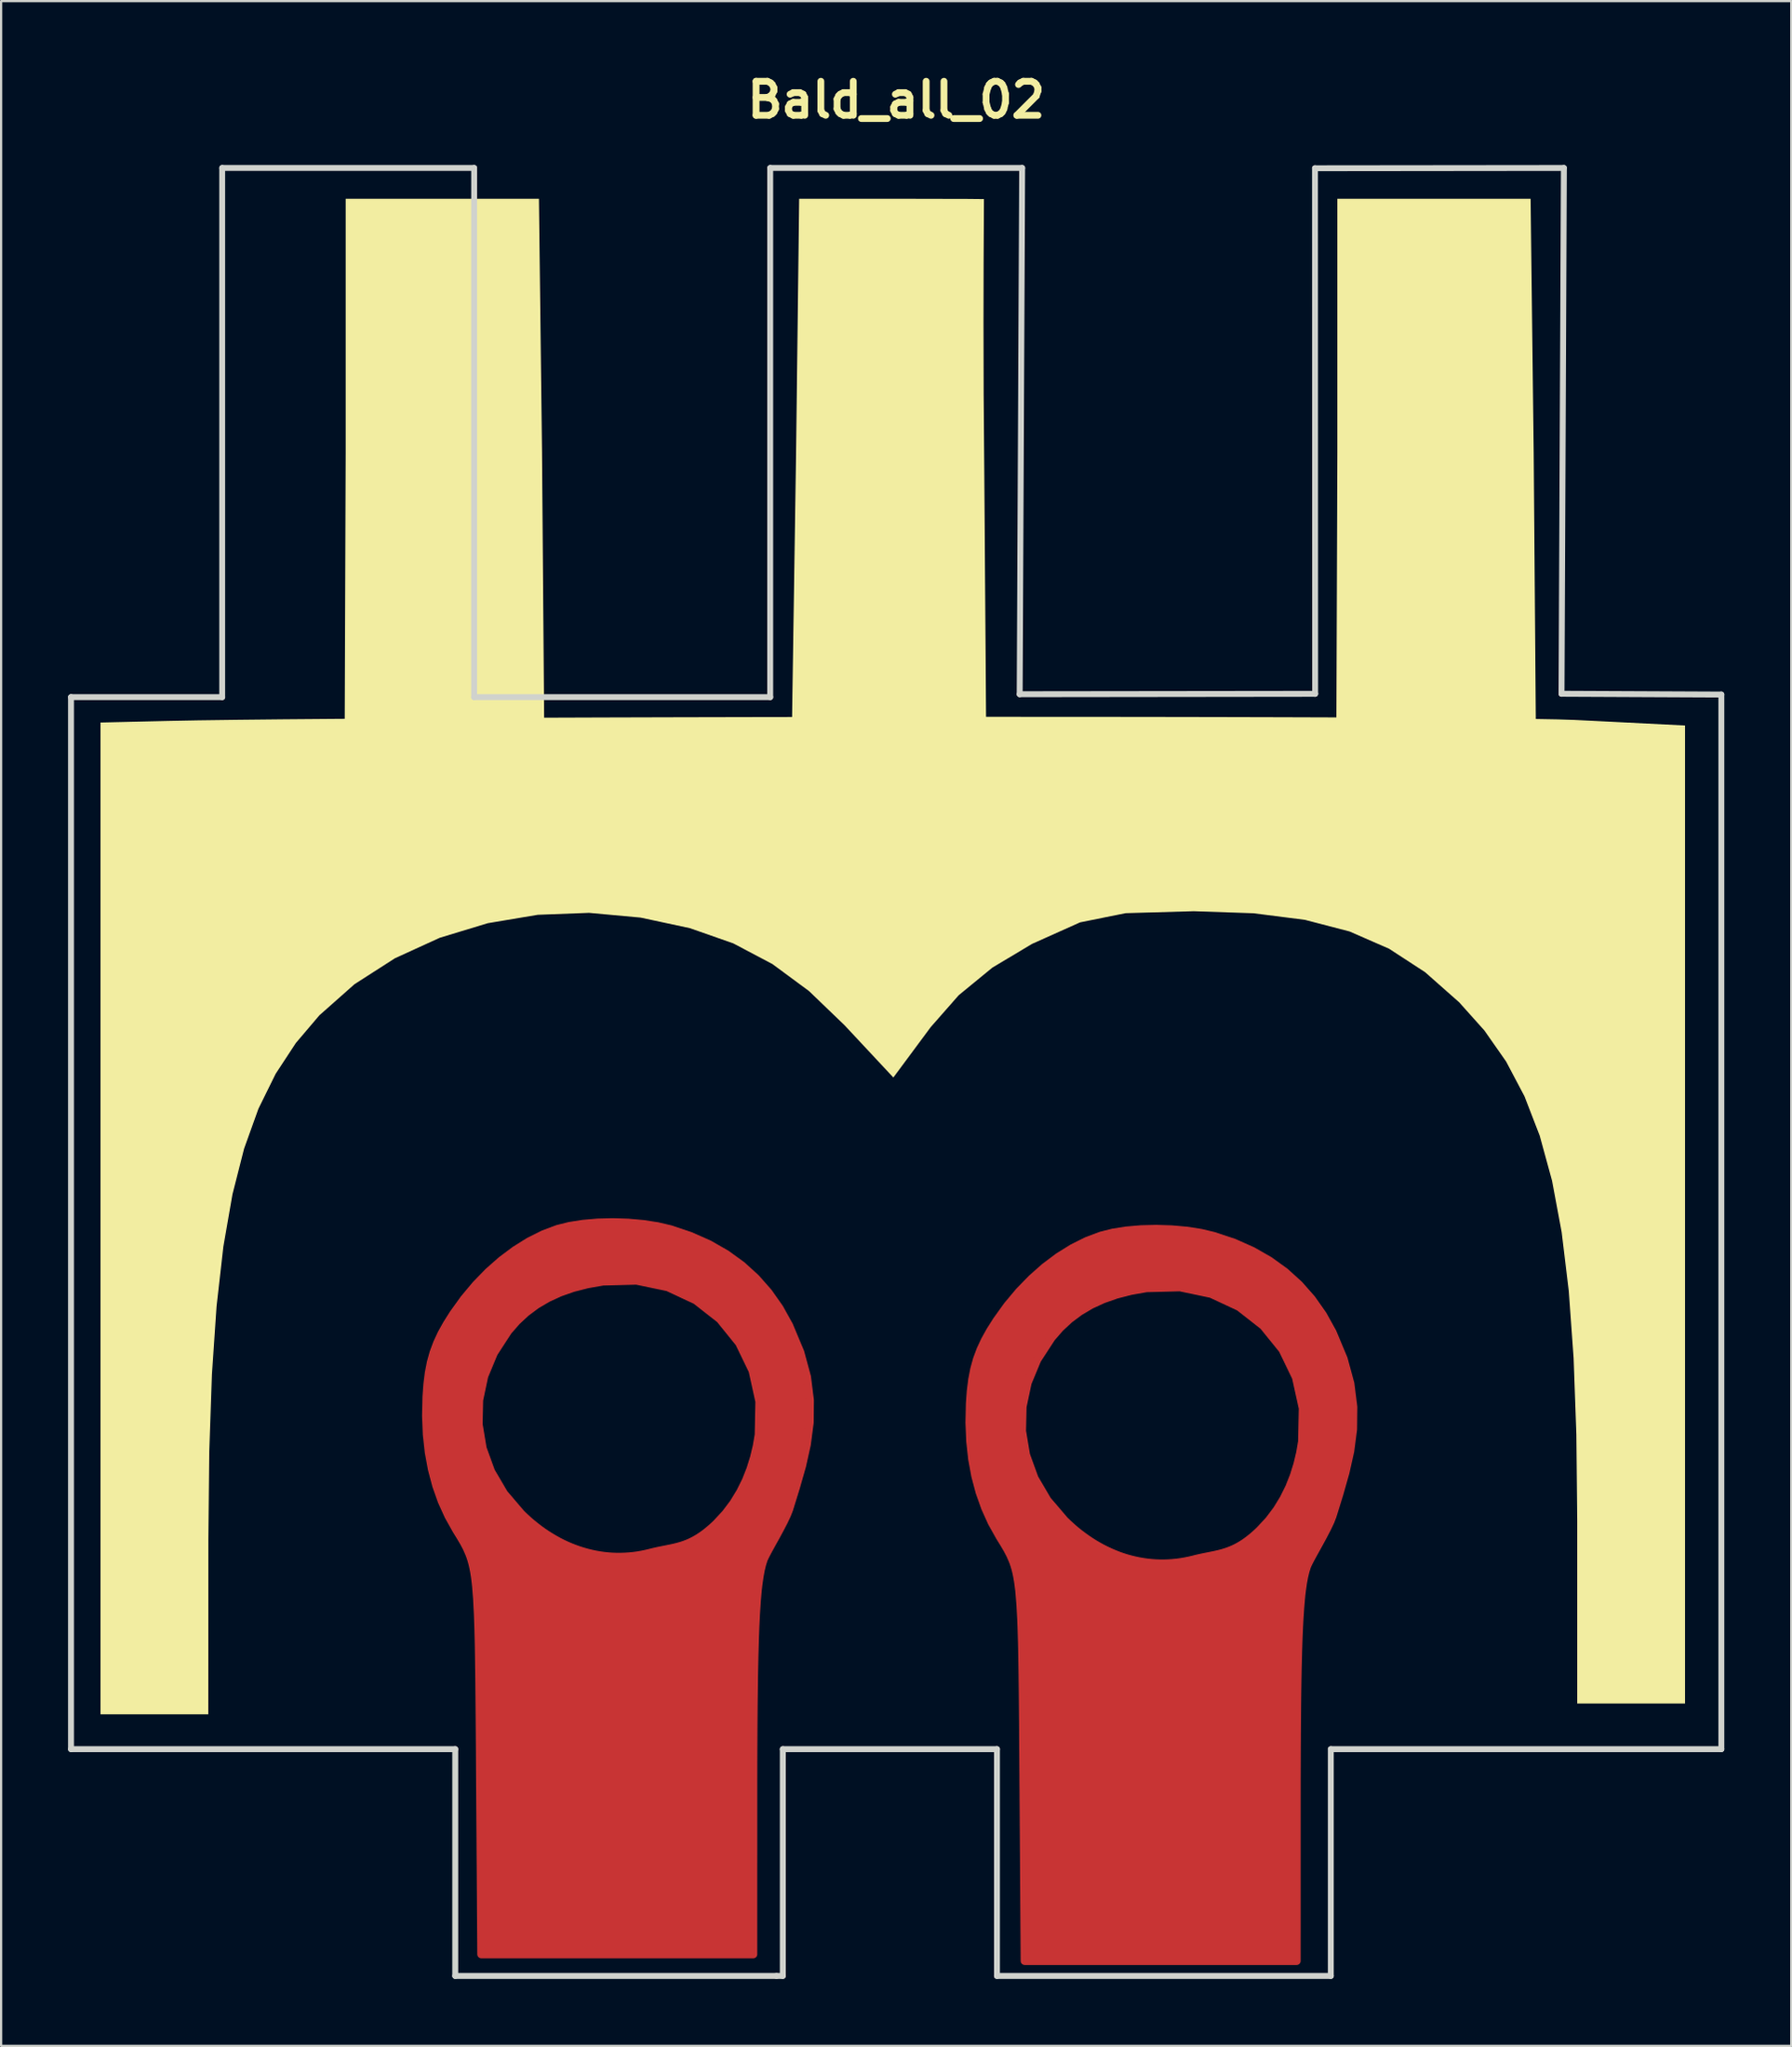
<source format=kicad_pcb>
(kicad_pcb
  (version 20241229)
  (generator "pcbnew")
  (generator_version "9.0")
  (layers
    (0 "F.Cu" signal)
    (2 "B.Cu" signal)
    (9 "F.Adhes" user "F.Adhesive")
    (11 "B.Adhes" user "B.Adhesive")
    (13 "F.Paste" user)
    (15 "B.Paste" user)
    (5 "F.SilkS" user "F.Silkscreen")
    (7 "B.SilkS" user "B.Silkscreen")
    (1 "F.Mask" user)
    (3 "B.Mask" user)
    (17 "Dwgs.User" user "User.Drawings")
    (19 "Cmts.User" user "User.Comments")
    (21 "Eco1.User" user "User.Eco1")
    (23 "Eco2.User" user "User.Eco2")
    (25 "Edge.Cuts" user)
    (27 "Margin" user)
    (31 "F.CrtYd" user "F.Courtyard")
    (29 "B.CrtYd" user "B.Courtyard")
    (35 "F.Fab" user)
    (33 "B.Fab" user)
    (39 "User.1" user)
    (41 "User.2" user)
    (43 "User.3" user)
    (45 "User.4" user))
  (footprint "Bald_all_02"
    (layer "F.Cu")
    (at 37.103 44.973)
    (property "Reference" "Bald_all_02" (at 0 -43.547 0) (layer "F.SilkS") (effects (font (size 1.524 1.524) (thickness 0.305))))
    (attr smd)
    (fp_poly (pts (xy -18.643 31.317) (xy -10.909 21.517) (xy -10.811 21.494) (xy -10.715 21.472) (xy -10.621 21.452) (xy -10.528 21.433) (xy -10.437 21.415) (xy -10.347 21.397) (xy -10.258 21.379) (xy -10.17 21.361) (xy -10.083 21.343) (xy -9.996 21.324) (xy -9.91 21.304) (xy -9.825 21.283) (xy -9.739 21.26) (xy -9.654 21.236) (xy -9.568 21.209) (xy -9.482 21.179) (xy -9.396 21.147) (xy -9.309 21.112) (xy -9.222 21.073) (xy -9.133 21.03) (xy -9.043 20.984) (xy -8.953 20.933) (xy -8.86 20.878) (xy -8.767 20.817) (xy -8.671 20.752) (xy -8.574 20.681) (xy -8.475 20.604) (xy -8.374 20.521) (xy -8.27 20.432) (xy -8.164 20.336) (xy -8.055 20.233) (xy -7.641 19.787) (xy -7.285 19.314) (xy -6.983 18.819) (xy -6.731 18.31) (xy -6.526 17.793) (xy -6.365 17.274) (xy -6.243 16.761) (xy -6.157 16.259) (xy -6.126 14.769) (xy -6.431 13.383) (xy -7.033 12.139) (xy -7.893 11.075) (xy -8.972 10.23) (xy -10.232 9.641) (xy -11.634 9.347) (xy -13.138 9.386) (xy -13.831 9.508) (xy -14.474 9.673) (xy -15.069 9.881) (xy -15.618 10.134) (xy -16.123 10.432) (xy -16.585 10.776) (xy -17.006 11.167) (xy -17.39 11.607) (xy -18.029 12.59) (xy -18.461 13.629) (xy -18.688 14.703) (xy -18.711 15.788) (xy -18.532 16.862) (xy -18.153 17.903) (xy -17.574 18.889) (xy -16.799 19.797) (xy -16.641 19.948) (xy -16.481 20.093) (xy -16.319 20.232) (xy -16.155 20.365) (xy -15.988 20.493) (xy -15.819 20.614) (xy -15.649 20.729) (xy -15.476 20.837) (xy -15.302 20.94) (xy -15.126 21.037) (xy -14.949 21.127) (xy -14.77 21.211) (xy -14.589 21.289) (xy -14.407 21.36) (xy -14.224 21.426) (xy -14.04 21.484) (xy -13.855 21.537) (xy -13.669 21.583) (xy -13.482 21.623) (xy -13.294 21.656) (xy -13.105 21.683) (xy -12.916 21.703) (xy -12.726 21.717) (xy -12.536 21.724) (xy -12.345 21.724) (xy -12.155 21.718) (xy -11.964 21.706) (xy -11.773 21.687) (xy -11.581 21.661) (xy -11.39 21.628) (xy -11.2 21.588) (xy -11.009 21.542) (xy -11.009 21.542) (xy -10.909 21.517) (xy -18.643 31.317) (xy -18.646 30.889) (xy -18.648 30.474) (xy -18.651 30.073) (xy -18.654 29.684) (xy -18.657 29.309) (xy -18.66 28.946) (xy -18.663 28.595) (xy -18.666 28.256) (xy -18.669 27.928) (xy -18.672 27.613) (xy -18.675 27.308) (xy -18.678 27.014) (xy -18.682 26.731) (xy -18.686 26.459) (xy -18.69 26.197) (xy -18.694 25.944) (xy -18.698 25.702) (xy -18.703 25.469) (xy -18.709 25.244) (xy -18.714 25.029) (xy -18.72 24.823) (xy -18.727 24.625) (xy -18.734 24.435) (xy -18.741 24.253) (xy -18.775 23.599) (xy -18.819 23.051) (xy -18.832 22.928) (xy -18.845 22.811) (xy -18.859 22.7) (xy -18.874 22.592) (xy -18.89 22.49) (xy -18.906 22.392) (xy -18.924 22.298) (xy -18.942 22.207) (xy -18.961 22.121) (xy -18.981 22.037) (xy -19.002 21.957) (xy -19.024 21.879) (xy -19.047 21.804) (xy -19.071 21.732) (xy -19.096 21.661) (xy -19.122 21.592) (xy -19.237 21.329) (xy -19.371 21.074) (xy -19.527 20.811) (xy -19.704 20.523) (xy -20.057 19.893) (xy -20.358 19.229) (xy -20.605 18.532) (xy -20.798 17.802) (xy -20.939 17.039) (xy -21.027 16.243) (xy -21.061 15.414) (xy -21.042 14.553) (xy -21.001 13.991) (xy -20.937 13.483) (xy -20.846 13.015) (xy -20.724 12.575) (xy -20.566 12.15) (xy -20.37 11.728) (xy -20.13 11.297) (xy -19.844 10.843) (xy -19.357 10.166) (xy -18.831 9.537) (xy -18.272 8.961) (xy -17.685 8.443) (xy -17.075 7.987) (xy -16.45 7.597) (xy -15.814 7.279) (xy -15.174 7.038) (xy -14.641 6.904) (xy -14.037 6.808) (xy -13.383 6.752) (xy -12.7 6.734) (xy -12.01 6.756) (xy -11.334 6.816) (xy -10.694 6.915) (xy -10.111 7.052) (xy -9.215 7.353) (xy -8.384 7.722) (xy -7.62 8.159) (xy -6.923 8.663) (xy -6.292 9.236) (xy -5.728 9.876) (xy -5.231 10.583) (xy -4.801 11.359) (xy -4.301 12.553) (xy -3.999 13.665) (xy -3.868 14.713) (xy -3.879 15.714) (xy -4.006 16.686) (xy -4.22 17.647) (xy -4.495 18.613) (xy -4.802 19.602) (xy -4.896 19.842) (xy -5.037 20.14) (xy -5.21 20.473) (xy -5.397 20.818) (xy -5.444 20.903) (xy -5.491 20.987) (xy -5.537 21.07) (xy -5.582 21.151) (xy -5.625 21.23) (xy -5.667 21.307) (xy -5.708 21.381) (xy -5.746 21.452) (xy -5.782 21.519) (xy -5.815 21.582) (xy -5.846 21.641) (xy -5.874 21.696) (xy -5.898 21.745) (xy -5.918 21.789) (xy -5.935 21.828) (xy -5.948 21.861) (xy -6.012 22.067) (xy -6.07 22.308) (xy -6.122 22.59) (xy -6.169 22.919) (xy -6.181 23.009) (xy -6.191 23.102) (xy -6.202 23.199) (xy -6.212 23.299) (xy -6.249 23.736) (xy -6.281 24.235) (xy -6.289 24.37) (xy -6.296 24.51) (xy -6.303 24.653) (xy -6.31 24.802) (xy -6.316 24.955) (xy -6.322 25.112) (xy -6.328 25.275) (xy -6.334 25.442) (xy -6.339 25.614) (xy -6.344 25.791) (xy -6.349 25.973) (xy -6.354 26.16) (xy -6.358 26.353) (xy -6.362 26.551) (xy -6.366 26.754) (xy -6.37 26.963) (xy -6.374 27.177) (xy -6.377 27.397) (xy -6.38 27.623) (xy -6.383 27.854) (xy -6.386 28.092) (xy -6.389 28.335) (xy -6.391 28.585) (xy -6.393 28.841) (xy -6.395 29.103) (xy -6.397 29.371) (xy -6.398 29.646) (xy -6.399 29.927) (xy -6.401 30.215) (xy -6.402 30.509) (xy -6.403 30.81) (xy -6.404 31.118) (xy -6.404 31.433) (xy -6.405 31.755) (xy -6.405 32.084) (xy -6.405 32.421) (xy -6.405 32.865) (xy -6.405 33.309) (xy -6.405 33.753) (xy -6.405 34.197) (xy -6.405 34.642) (xy -6.405 35.086) (xy -6.406 35.53) (xy -6.406 35.974) (xy -6.406 36.418) (xy -6.406 36.863) (xy -6.406 37.307) (xy -6.406 37.751) (xy -6.406 38.195) (xy -6.406 38.639) (xy -6.406 39.084) (xy -6.406 39.528) (xy -6.787 39.528) (xy -7.167 39.528) (xy -7.548 39.528) (xy -7.929 39.528) (xy -9.451 39.528) (xy -10.974 39.528) (xy -12.496 39.528) (xy -14.019 39.528) (xy -15.542 39.528) (xy -17.064 39.528) (xy -17.445 39.528) (xy -17.825 39.528) (xy -18.206 39.528) (xy -18.587 39.528) (xy -18.59 39.015) (xy -18.594 38.501) (xy -18.597 37.988) (xy -18.601 37.475) (xy -18.604 36.962) (xy -18.608 36.449) (xy -18.611 35.936) (xy -18.615 35.423) (xy -18.619 34.909) (xy -18.622 34.396) (xy -18.626 33.883) (xy -18.629 33.37) (xy -18.633 32.857) (xy -18.636 32.344) (xy -18.637 32.215) (xy -18.638 32.087) (xy -18.639 31.959) (xy -18.64 31.83) (xy -18.64 31.702) (xy -18.641 31.574) (xy -18.642 31.446) (xy -18.643 31.317) (xy -18.643 31.317) (xy -18.643 31.317) (xy -18.643 31.317) (xy -18.643 31.317) (xy -18.643 31.317) (xy -18.643 31.317) (xy -18.643 31.317) (xy -18.643 31.317) (xy -18.643 31.317) (xy -18.643 31.317) (xy -18.643 31.317) (xy -18.643 31.317) (xy -18.643 31.317)) (stroke (width 0.365) (type solid)) (fill yes) (layer "F.Cu"))
    (fp_poly (pts (xy 5.704 31.617) (xy 13.437 21.816) (xy 13.535 21.793) (xy 13.631 21.772) (xy 13.726 21.751) (xy 13.818 21.732) (xy 13.91 21.714) (xy 14 21.696) (xy 14.088 21.679) (xy 14.176 21.661) (xy 14.264 21.643) (xy 14.35 21.624) (xy 14.436 21.604) (xy 14.522 21.583) (xy 14.607 21.56) (xy 14.693 21.535) (xy 14.778 21.508) (xy 14.864 21.479) (xy 14.95 21.446) (xy 15.037 21.411) (xy 15.125 21.372) (xy 15.213 21.33) (xy 15.303 21.283) (xy 15.394 21.232) (xy 15.486 21.177) (xy 15.58 21.117) (xy 15.675 21.051) (xy 15.772 20.98) (xy 15.872 20.903) (xy 15.973 20.821) (xy 16.076 20.731) (xy 16.183 20.635) (xy 16.291 20.532) (xy 16.705 20.086) (xy 17.061 19.613) (xy 17.364 19.118) (xy 17.615 18.609) (xy 17.82 18.092) (xy 17.982 17.574) (xy 18.104 17.06) (xy 18.189 16.559) (xy 18.22 15.069) (xy 17.915 13.683) (xy 17.314 12.438) (xy 16.454 11.375) (xy 15.374 10.529) (xy 14.114 9.94) (xy 12.713 9.646) (xy 11.208 9.685) (xy 10.515 9.808) (xy 9.872 9.972) (xy 9.277 10.181) (xy 8.728 10.433) (xy 8.224 10.731) (xy 7.762 11.075) (xy 7.34 11.467) (xy 6.957 11.907) (xy 6.318 12.889) (xy 5.886 13.928) (xy 5.659 15.002) (xy 5.636 16.087) (xy 5.815 17.161) (xy 6.194 18.203) (xy 6.772 19.188) (xy 7.548 20.096) (xy 7.705 20.247) (xy 7.865 20.392) (xy 8.027 20.532) (xy 8.192 20.665) (xy 8.359 20.792) (xy 8.527 20.913) (xy 8.698 21.028) (xy 8.87 21.137) (xy 9.044 21.239) (xy 9.22 21.336) (xy 9.398 21.426) (xy 9.577 21.51) (xy 9.757 21.588) (xy 9.939 21.66) (xy 10.122 21.725) (xy 10.306 21.784) (xy 10.491 21.836) (xy 10.678 21.882) (xy 10.865 21.922) (xy 11.053 21.955) (xy 11.241 21.982) (xy 11.43 22.002) (xy 11.62 22.016) (xy 11.81 22.023) (xy 12.001 22.024) (xy 12.192 22.018) (xy 12.383 22.005) (xy 12.574 21.986) (xy 12.765 21.96) (xy 12.956 21.927) (xy 13.147 21.888) (xy 13.338 21.842) (xy 13.337 21.842) (xy 13.437 21.816) (xy 5.704 31.617) (xy 5.701 31.188) (xy 5.698 30.774) (xy 5.695 30.372) (xy 5.692 29.984) (xy 5.689 29.608) (xy 5.687 29.245) (xy 5.684 28.894) (xy 5.681 28.555) (xy 5.678 28.228) (xy 5.675 27.912) (xy 5.672 27.607) (xy 5.668 27.314) (xy 5.665 27.031) (xy 5.661 26.758) (xy 5.657 26.496) (xy 5.653 26.244) (xy 5.648 26.001) (xy 5.643 25.768) (xy 5.638 25.544) (xy 5.632 25.329) (xy 5.626 25.122) (xy 5.62 24.924) (xy 5.613 24.734) (xy 5.606 24.552) (xy 5.571 23.898) (xy 5.527 23.35) (xy 5.515 23.228) (xy 5.501 23.111) (xy 5.487 22.999) (xy 5.472 22.892) (xy 5.457 22.789) (xy 5.44 22.691) (xy 5.423 22.597) (xy 5.405 22.507) (xy 5.386 22.42) (xy 5.366 22.337) (xy 5.345 22.256) (xy 5.323 22.179) (xy 5.3 22.104) (xy 5.276 22.031) (xy 5.251 21.96) (xy 5.225 21.891) (xy 5.109 21.628) (xy 4.975 21.373) (xy 4.82 21.11) (xy 4.642 20.822) (xy 4.289 20.192) (xy 3.989 19.528) (xy 3.742 18.831) (xy 3.548 18.101) (xy 3.407 17.338) (xy 3.32 16.542) (xy 3.286 15.714) (xy 3.305 14.852) (xy 3.346 14.29) (xy 3.41 13.782) (xy 3.501 13.314) (xy 3.623 12.874) (xy 3.78 12.449) (xy 3.976 12.027) (xy 4.216 11.596) (xy 4.503 11.142) (xy 4.989 10.465) (xy 5.515 9.837) (xy 6.075 9.261) (xy 6.662 8.742) (xy 7.271 8.286) (xy 7.896 7.897) (xy 8.532 7.579) (xy 9.173 7.337) (xy 9.705 7.203) (xy 10.309 7.108) (xy 10.964 7.051) (xy 11.647 7.034) (xy 12.337 7.055) (xy 13.013 7.115) (xy 13.653 7.214) (xy 14.235 7.352) (xy 15.132 7.652) (xy 15.962 8.021) (xy 16.726 8.458) (xy 17.424 8.963) (xy 18.055 9.535) (xy 18.618 10.175) (xy 19.115 10.883) (xy 19.545 11.658) (xy 20.045 12.852) (xy 20.347 13.964) (xy 20.479 15.012) (xy 20.468 16.014) (xy 20.341 16.986) (xy 20.126 17.946) (xy 19.852 18.912) (xy 19.544 19.901) (xy 19.451 20.142) (xy 19.309 20.44) (xy 19.136 20.772) (xy 18.949 21.117) (xy 18.902 21.202) (xy 18.856 21.287) (xy 18.81 21.37) (xy 18.765 21.451) (xy 18.721 21.53) (xy 18.679 21.606) (xy 18.639 21.68) (xy 18.6 21.751) (xy 18.564 21.818) (xy 18.531 21.881) (xy 18.5 21.941) (xy 18.473 21.995) (xy 18.449 22.045) (xy 18.428 22.089) (xy 18.411 22.127) (xy 18.399 22.16) (xy 18.335 22.366) (xy 18.277 22.607) (xy 18.224 22.89) (xy 18.177 23.218) (xy 18.166 23.308) (xy 18.155 23.401) (xy 18.145 23.498) (xy 18.135 23.598) (xy 18.098 24.035) (xy 18.065 24.534) (xy 18.058 24.669) (xy 18.05 24.809) (xy 18.043 24.953) (xy 18.037 25.101) (xy 18.03 25.254) (xy 18.024 25.412) (xy 18.018 25.574) (xy 18.013 25.741) (xy 18.007 25.913) (xy 18.002 26.09) (xy 17.997 26.273) (xy 17.993 26.46) (xy 17.988 26.652) (xy 17.984 26.85) (xy 17.98 27.053) (xy 17.976 27.262) (xy 17.973 27.477) (xy 17.969 27.696) (xy 17.966 27.922) (xy 17.963 28.154) (xy 17.96 28.391) (xy 17.958 28.635) (xy 17.956 28.884) (xy 17.954 29.14) (xy 17.952 29.402) (xy 17.95 29.67) (xy 17.949 29.945) (xy 17.947 30.226) (xy 17.946 30.514) (xy 17.945 30.808) (xy 17.944 31.11) (xy 17.943 31.418) (xy 17.942 31.733) (xy 17.942 32.055) (xy 17.941 32.384) (xy 17.941 32.72) (xy 17.941 33.164) (xy 17.941 33.608) (xy 17.941 34.053) (xy 17.941 34.497) (xy 17.941 34.941) (xy 17.941 35.385) (xy 17.941 35.829) (xy 17.941 36.274) (xy 17.941 36.718) (xy 17.941 37.162) (xy 17.941 37.606) (xy 17.941 38.05) (xy 17.941 38.495) (xy 17.94 38.939) (xy 17.94 39.383) (xy 17.94 39.827) (xy 17.56 39.827) (xy 17.179 39.827) (xy 16.798 39.827) (xy 16.418 39.827) (xy 14.895 39.827) (xy 13.373 39.827) (xy 11.85 39.827) (xy 10.327 39.827) (xy 8.805 39.827) (xy 7.282 39.827) (xy 6.902 39.827) (xy 6.521 39.827) (xy 6.14 39.827) (xy 5.76 39.827) (xy 5.756 39.314) (xy 5.753 38.801) (xy 5.749 38.288) (xy 5.746 37.774) (xy 5.742 37.261) (xy 5.739 36.748) (xy 5.735 36.235) (xy 5.731 35.722) (xy 5.728 35.209) (xy 5.724 34.696) (xy 5.721 34.182) (xy 5.717 33.669) (xy 5.714 33.156) (xy 5.71 32.643) (xy 5.709 32.515) (xy 5.709 32.386) (xy 5.708 32.258) (xy 5.707 32.13) (xy 5.706 32.001) (xy 5.705 31.873) (xy 5.704 31.745) (xy 5.704 31.617) (xy 5.704 31.617) (xy 5.704 31.617) (xy 5.704 31.617) (xy 5.704 31.617) (xy 5.704 31.617) (xy 5.704 31.617) (xy 5.704 31.617) (xy 5.704 31.617) (xy 5.704 31.617) (xy 5.704 31.617) (xy 5.704 31.617) (xy 5.704 31.617) (xy 5.704 31.617)) (stroke (width 0.365) (type solid)) (fill yes) (layer "F.Cu"))
    (fp_poly (pts (xy -18.643 31.317) (xy -10.909 21.517) (xy -10.811 21.494) (xy -10.715 21.472) (xy -10.621 21.452) (xy -10.528 21.433) (xy -10.437 21.415) (xy -10.347 21.397) (xy -10.258 21.379) (xy -10.17 21.361) (xy -10.083 21.343) (xy -9.996 21.324) (xy -9.91 21.304) (xy -9.825 21.283) (xy -9.739 21.26) (xy -9.654 21.236) (xy -9.568 21.209) (xy -9.482 21.179) (xy -9.396 21.147) (xy -9.309 21.112) (xy -9.222 21.073) (xy -9.133 21.03) (xy -9.043 20.984) (xy -8.953 20.933) (xy -8.86 20.878) (xy -8.767 20.817) (xy -8.671 20.752) (xy -8.574 20.681) (xy -8.475 20.604) (xy -8.374 20.521) (xy -8.27 20.432) (xy -8.164 20.336) (xy -8.055 20.233) (xy -7.641 19.787) (xy -7.285 19.314) (xy -6.983 18.819) (xy -6.731 18.31) (xy -6.526 17.793) (xy -6.365 17.274) (xy -6.243 16.761) (xy -6.157 16.259) (xy -6.126 14.769) (xy -6.431 13.383) (xy -7.033 12.139) (xy -7.893 11.075) (xy -8.972 10.23) (xy -10.232 9.641) (xy -11.634 9.347) (xy -13.138 9.386) (xy -13.831 9.508) (xy -14.474 9.673) (xy -15.069 9.881) (xy -15.618 10.134) (xy -16.123 10.432) (xy -16.585 10.776) (xy -17.006 11.167) (xy -17.39 11.607) (xy -18.029 12.59) (xy -18.461 13.629) (xy -18.688 14.703) (xy -18.711 15.788) (xy -18.532 16.862) (xy -18.153 17.903) (xy -17.574 18.889) (xy -16.799 19.797) (xy -16.641 19.948) (xy -16.481 20.093) (xy -16.319 20.232) (xy -16.155 20.365) (xy -15.988 20.493) (xy -15.819 20.614) (xy -15.649 20.729) (xy -15.476 20.837) (xy -15.302 20.94) (xy -15.126 21.037) (xy -14.949 21.127) (xy -14.77 21.211) (xy -14.589 21.289) (xy -14.407 21.36) (xy -14.224 21.426) (xy -14.04 21.484) (xy -13.855 21.537) (xy -13.669 21.583) (xy -13.482 21.623) (xy -13.294 21.656) (xy -13.105 21.683) (xy -12.916 21.703) (xy -12.726 21.717) (xy -12.536 21.724) (xy -12.345 21.724) (xy -12.155 21.718) (xy -11.964 21.706) (xy -11.773 21.687) (xy -11.581 21.661) (xy -11.39 21.628) (xy -11.2 21.588) (xy -11.009 21.542) (xy -11.009 21.542) (xy -10.909 21.517) (xy -18.643 31.317) (xy -18.646 30.889) (xy -18.648 30.474) (xy -18.651 30.073) (xy -18.654 29.684) (xy -18.657 29.309) (xy -18.66 28.946) (xy -18.663 28.595) (xy -18.666 28.256) (xy -18.669 27.928) (xy -18.672 27.613) (xy -18.675 27.308) (xy -18.678 27.014) (xy -18.682 26.731) (xy -18.686 26.459) (xy -18.69 26.197) (xy -18.694 25.944) (xy -18.698 25.702) (xy -18.703 25.469) (xy -18.709 25.244) (xy -18.714 25.029) (xy -18.72 24.823) (xy -18.727 24.625) (xy -18.734 24.435) (xy -18.741 24.253) (xy -18.775 23.599) (xy -18.819 23.051) (xy -18.832 22.928) (xy -18.845 22.811) (xy -18.859 22.7) (xy -18.874 22.592) (xy -18.89 22.49) (xy -18.906 22.392) (xy -18.924 22.298) (xy -18.942 22.207) (xy -18.961 22.121) (xy -18.981 22.037) (xy -19.002 21.957) (xy -19.024 21.879) (xy -19.047 21.804) (xy -19.071 21.732) (xy -19.096 21.661) (xy -19.122 21.592) (xy -19.237 21.329) (xy -19.371 21.074) (xy -19.527 20.811) (xy -19.704 20.523) (xy -20.057 19.893) (xy -20.358 19.229) (xy -20.605 18.532) (xy -20.798 17.802) (xy -20.939 17.039) (xy -21.027 16.243) (xy -21.061 15.414) (xy -21.042 14.553) (xy -21.001 13.991) (xy -20.937 13.483) (xy -20.846 13.015) (xy -20.724 12.575) (xy -20.566 12.15) (xy -20.37 11.728) (xy -20.13 11.297) (xy -19.844 10.843) (xy -19.357 10.166) (xy -18.831 9.537) (xy -18.272 8.961) (xy -17.685 8.443) (xy -17.075 7.987) (xy -16.45 7.597) (xy -15.814 7.279) (xy -15.174 7.038) (xy -14.641 6.904) (xy -14.037 6.808) (xy -13.383 6.752) (xy -12.7 6.734) (xy -12.01 6.756) (xy -11.334 6.816) (xy -10.694 6.915) (xy -10.111 7.052) (xy -9.215 7.353) (xy -8.384 7.722) (xy -7.62 8.159) (xy -6.923 8.663) (xy -6.292 9.236) (xy -5.728 9.876) (xy -5.231 10.583) (xy -4.801 11.359) (xy -4.301 12.553) (xy -3.999 13.665) (xy -3.868 14.713) (xy -3.879 15.714) (xy -4.006 16.686) (xy -4.22 17.647) (xy -4.495 18.613) (xy -4.802 19.602) (xy -4.896 19.842) (xy -5.037 20.14) (xy -5.21 20.473) (xy -5.397 20.818) (xy -5.444 20.903) (xy -5.491 20.987) (xy -5.537 21.07) (xy -5.582 21.151) (xy -5.625 21.23) (xy -5.667 21.307) (xy -5.708 21.381) (xy -5.746 21.452) (xy -5.782 21.519) (xy -5.815 21.582) (xy -5.846 21.641) (xy -5.874 21.696) (xy -5.898 21.745) (xy -5.918 21.789) (xy -5.935 21.828) (xy -5.948 21.861) (xy -6.012 22.067) (xy -6.07 22.308) (xy -6.122 22.59) (xy -6.169 22.919) (xy -6.181 23.009) (xy -6.191 23.102) (xy -6.202 23.199) (xy -6.212 23.299) (xy -6.249 23.736) (xy -6.281 24.235) (xy -6.289 24.37) (xy -6.296 24.51) (xy -6.303 24.653) (xy -6.31 24.802) (xy -6.316 24.955) (xy -6.322 25.112) (xy -6.328 25.275) (xy -6.334 25.442) (xy -6.339 25.614) (xy -6.344 25.791) (xy -6.349 25.973) (xy -6.354 26.16) (xy -6.358 26.353) (xy -6.362 26.551) (xy -6.366 26.754) (xy -6.37 26.963) (xy -6.374 27.177) (xy -6.377 27.397) (xy -6.38 27.623) (xy -6.383 27.854) (xy -6.386 28.092) (xy -6.389 28.335) (xy -6.391 28.585) (xy -6.393 28.841) (xy -6.395 29.103) (xy -6.397 29.371) (xy -6.398 29.646) (xy -6.399 29.927) (xy -6.401 30.215) (xy -6.402 30.509) (xy -6.403 30.81) (xy -6.404 31.118) (xy -6.404 31.433) (xy -6.405 31.755) (xy -6.405 32.084) (xy -6.405 32.421) (xy -6.405 32.865) (xy -6.405 33.309) (xy -6.405 33.753) (xy -6.405 34.197) (xy -6.405 34.642) (xy -6.405 35.086) (xy -6.406 35.53) (xy -6.406 35.974) (xy -6.406 36.418) (xy -6.406 36.863) (xy -6.406 37.307) (xy -6.406 37.751) (xy -6.406 38.195) (xy -6.406 38.639) (xy -6.406 39.084) (xy -6.406 39.528) (xy -6.787 39.528) (xy -7.167 39.528) (xy -7.548 39.528) (xy -7.929 39.528) (xy -9.451 39.528) (xy -10.974 39.528) (xy -12.496 39.528) (xy -14.019 39.528) (xy -15.542 39.528) (xy -17.064 39.528) (xy -17.445 39.528) (xy -17.825 39.528) (xy -18.206 39.528) (xy -18.587 39.528) (xy -18.59 39.015) (xy -18.594 38.501) (xy -18.597 37.988) (xy -18.601 37.475) (xy -18.604 36.962) (xy -18.608 36.449) (xy -18.611 35.936) (xy -18.615 35.423) (xy -18.619 34.909) (xy -18.622 34.396) (xy -18.626 33.883) (xy -18.629 33.37) (xy -18.633 32.857) (xy -18.636 32.344) (xy -18.637 32.215) (xy -18.638 32.087) (xy -18.639 31.959) (xy -18.64 31.83) (xy -18.64 31.702) (xy -18.641 31.574) (xy -18.642 31.446) (xy -18.643 31.317) (xy -18.643 31.317) (xy -18.643 31.317) (xy -18.643 31.317) (xy -18.643 31.317) (xy -18.643 31.317) (xy -18.643 31.317) (xy -18.643 31.317) (xy -18.643 31.317) (xy -18.643 31.317) (xy -18.643 31.317) (xy -18.643 31.317) (xy -18.643 31.317) (xy -18.643 31.317)) (stroke (width 0.365) (type solid)) (fill yes) (layer "F.Mask"))
    (fp_poly (pts (xy 5.704 31.617) (xy 13.437 21.816) (xy 13.535 21.793) (xy 13.631 21.772) (xy 13.726 21.751) (xy 13.818 21.732) (xy 13.91 21.714) (xy 14 21.696) (xy 14.088 21.679) (xy 14.176 21.661) (xy 14.264 21.643) (xy 14.35 21.624) (xy 14.436 21.604) (xy 14.522 21.583) (xy 14.607 21.56) (xy 14.693 21.535) (xy 14.778 21.508) (xy 14.864 21.479) (xy 14.95 21.446) (xy 15.037 21.411) (xy 15.125 21.372) (xy 15.213 21.33) (xy 15.303 21.283) (xy 15.394 21.232) (xy 15.486 21.177) (xy 15.58 21.117) (xy 15.675 21.051) (xy 15.772 20.98) (xy 15.872 20.903) (xy 15.973 20.821) (xy 16.076 20.731) (xy 16.183 20.635) (xy 16.291 20.532) (xy 16.705 20.086) (xy 17.061 19.613) (xy 17.364 19.118) (xy 17.615 18.609) (xy 17.82 18.092) (xy 17.982 17.574) (xy 18.104 17.06) (xy 18.189 16.559) (xy 18.22 15.069) (xy 17.915 13.683) (xy 17.314 12.438) (xy 16.454 11.375) (xy 15.374 10.529) (xy 14.114 9.94) (xy 12.713 9.646) (xy 11.208 9.685) (xy 10.515 9.808) (xy 9.872 9.972) (xy 9.277 10.181) (xy 8.728 10.433) (xy 8.224 10.731) (xy 7.762 11.075) (xy 7.34 11.467) (xy 6.957 11.907) (xy 6.318 12.889) (xy 5.886 13.928) (xy 5.659 15.002) (xy 5.636 16.087) (xy 5.815 17.161) (xy 6.194 18.203) (xy 6.772 19.188) (xy 7.548 20.096) (xy 7.705 20.247) (xy 7.865 20.392) (xy 8.027 20.532) (xy 8.192 20.665) (xy 8.359 20.792) (xy 8.527 20.913) (xy 8.698 21.028) (xy 8.87 21.137) (xy 9.044 21.239) (xy 9.22 21.336) (xy 9.398 21.426) (xy 9.577 21.51) (xy 9.757 21.588) (xy 9.939 21.66) (xy 10.122 21.725) (xy 10.306 21.784) (xy 10.491 21.836) (xy 10.678 21.882) (xy 10.865 21.922) (xy 11.053 21.955) (xy 11.241 21.982) (xy 11.43 22.002) (xy 11.62 22.016) (xy 11.81 22.023) (xy 12.001 22.024) (xy 12.192 22.018) (xy 12.383 22.005) (xy 12.574 21.986) (xy 12.765 21.96) (xy 12.956 21.927) (xy 13.147 21.888) (xy 13.338 21.842) (xy 13.337 21.842) (xy 13.437 21.816) (xy 5.704 31.617) (xy 5.701 31.188) (xy 5.698 30.774) (xy 5.695 30.372) (xy 5.692 29.984) (xy 5.689 29.608) (xy 5.687 29.245) (xy 5.684 28.894) (xy 5.681 28.555) (xy 5.678 28.228) (xy 5.675 27.912) (xy 5.672 27.607) (xy 5.668 27.314) (xy 5.665 27.031) (xy 5.661 26.758) (xy 5.657 26.496) (xy 5.653 26.244) (xy 5.648 26.001) (xy 5.643 25.768) (xy 5.638 25.544) (xy 5.632 25.329) (xy 5.626 25.122) (xy 5.62 24.924) (xy 5.613 24.734) (xy 5.606 24.552) (xy 5.571 23.898) (xy 5.527 23.35) (xy 5.515 23.228) (xy 5.501 23.111) (xy 5.487 22.999) (xy 5.472 22.892) (xy 5.457 22.789) (xy 5.44 22.691) (xy 5.423 22.597) (xy 5.405 22.507) (xy 5.386 22.42) (xy 5.366 22.337) (xy 5.345 22.256) (xy 5.323 22.179) (xy 5.3 22.104) (xy 5.276 22.031) (xy 5.251 21.96) (xy 5.225 21.891) (xy 5.109 21.628) (xy 4.975 21.373) (xy 4.82 21.11) (xy 4.642 20.822) (xy 4.289 20.192) (xy 3.989 19.528) (xy 3.742 18.831) (xy 3.548 18.101) (xy 3.407 17.338) (xy 3.32 16.542) (xy 3.286 15.714) (xy 3.305 14.852) (xy 3.346 14.29) (xy 3.41 13.782) (xy 3.501 13.314) (xy 3.623 12.874) (xy 3.78 12.449) (xy 3.976 12.027) (xy 4.216 11.596) (xy 4.503 11.142) (xy 4.989 10.465) (xy 5.515 9.837) (xy 6.075 9.261) (xy 6.662 8.742) (xy 7.271 8.286) (xy 7.896 7.897) (xy 8.532 7.579) (xy 9.173 7.337) (xy 9.705 7.203) (xy 10.309 7.108) (xy 10.964 7.051) (xy 11.647 7.034) (xy 12.337 7.055) (xy 13.013 7.115) (xy 13.653 7.214) (xy 14.235 7.352) (xy 15.132 7.652) (xy 15.962 8.021) (xy 16.726 8.458) (xy 17.424 8.963) (xy 18.055 9.535) (xy 18.618 10.175) (xy 19.115 10.883) (xy 19.545 11.658) (xy 20.045 12.852) (xy 20.347 13.964) (xy 20.479 15.012) (xy 20.468 16.014) (xy 20.341 16.986) (xy 20.126 17.946) (xy 19.852 18.912) (xy 19.544 19.901) (xy 19.451 20.142) (xy 19.309 20.44) (xy 19.136 20.772) (xy 18.949 21.117) (xy 18.902 21.202) (xy 18.856 21.287) (xy 18.81 21.37) (xy 18.765 21.451) (xy 18.721 21.53) (xy 18.679 21.606) (xy 18.639 21.68) (xy 18.6 21.751) (xy 18.564 21.818) (xy 18.531 21.881) (xy 18.5 21.941) (xy 18.473 21.995) (xy 18.449 22.045) (xy 18.428 22.089) (xy 18.411 22.127) (xy 18.399 22.16) (xy 18.335 22.366) (xy 18.277 22.607) (xy 18.224 22.89) (xy 18.177 23.218) (xy 18.166 23.308) (xy 18.155 23.401) (xy 18.145 23.498) (xy 18.135 23.598) (xy 18.098 24.035) (xy 18.065 24.534) (xy 18.058 24.669) (xy 18.05 24.809) (xy 18.043 24.953) (xy 18.037 25.101) (xy 18.03 25.254) (xy 18.024 25.412) (xy 18.018 25.574) (xy 18.013 25.741) (xy 18.007 25.913) (xy 18.002 26.09) (xy 17.997 26.273) (xy 17.993 26.46) (xy 17.988 26.652) (xy 17.984 26.85) (xy 17.98 27.053) (xy 17.976 27.262) (xy 17.973 27.477) (xy 17.969 27.696) (xy 17.966 27.922) (xy 17.963 28.154) (xy 17.96 28.391) (xy 17.958 28.635) (xy 17.956 28.884) (xy 17.954 29.14) (xy 17.952 29.402) (xy 17.95 29.67) (xy 17.949 29.945) (xy 17.947 30.226) (xy 17.946 30.514) (xy 17.945 30.808) (xy 17.944 31.11) (xy 17.943 31.418) (xy 17.942 31.733) (xy 17.942 32.055) (xy 17.941 32.384) (xy 17.941 32.72) (xy 17.941 33.164) (xy 17.941 33.608) (xy 17.941 34.053) (xy 17.941 34.497) (xy 17.941 34.941) (xy 17.941 35.385) (xy 17.941 35.829) (xy 17.941 36.274) (xy 17.941 36.718) (xy 17.941 37.162) (xy 17.941 37.606) (xy 17.941 38.05) (xy 17.941 38.495) (xy 17.94 38.939) (xy 17.94 39.383) (xy 17.94 39.827) (xy 17.56 39.827) (xy 17.179 39.827) (xy 16.798 39.827) (xy 16.418 39.827) (xy 14.895 39.827) (xy 13.373 39.827) (xy 11.85 39.827) (xy 10.327 39.827) (xy 8.805 39.827) (xy 7.282 39.827) (xy 6.902 39.827) (xy 6.521 39.827) (xy 6.14 39.827) (xy 5.76 39.827) (xy 5.756 39.314) (xy 5.753 38.801) (xy 5.749 38.288) (xy 5.746 37.774) (xy 5.742 37.261) (xy 5.739 36.748) (xy 5.735 36.235) (xy 5.731 35.722) (xy 5.728 35.209) (xy 5.724 34.696) (xy 5.721 34.182) (xy 5.717 33.669) (xy 5.714 33.156) (xy 5.71 32.643) (xy 5.709 32.515) (xy 5.709 32.386) (xy 5.708 32.258) (xy 5.707 32.13) (xy 5.706 32.001) (xy 5.705 31.873) (xy 5.704 31.745) (xy 5.704 31.617) (xy 5.704 31.617) (xy 5.704 31.617) (xy 5.704 31.617) (xy 5.704 31.617) (xy 5.704 31.617) (xy 5.704 31.617) (xy 5.704 31.617) (xy 5.704 31.617) (xy 5.704 31.617) (xy 5.704 31.617) (xy 5.704 31.617) (xy 5.704 31.617) (xy 5.704 31.617)) (stroke (width 0.365) (type solid)) (fill yes) (layer "F.Mask"))
    (fp_poly (pts (xy 24.191 -15.779) (xy -0.319 -15.778) (xy -4.666 -15.778) (xy -4.485 -27.769) (xy -4.347 -39.119) (xy -0.259 -39.119) (xy 3.176 -39.111) (xy 3.932 -39.103) (xy 3.927 -38.212) (xy 3.917 -36.279) (xy 3.912 -33.573) (xy 3.919 -30.365) (xy 3.947 -26.924) (xy 4.028 -15.778) (xy -0.319 -15.778) (xy 24.191 -15.779) (xy 19.723 -15.779) (xy 19.766 -27.77) (xy 19.766 -39.119) (xy -24.665 -39.119) (xy -20.336 -39.119) (xy -16.006 -39.119) (xy -15.868 -27.769) (xy -15.773 -15.778) (xy -20.241 -15.778) (xy -20.241 -15.779) (xy -24.708 -15.779) (xy -24.665 -27.77) (xy -24.665 -39.119) (xy 19.766 -39.119) (xy 24.095 -39.119) (xy 28.425 -39.119) (xy 28.563 -27.769) (xy 28.658 -15.778) (xy 24.191 -15.778) (xy 24.191 -15.779)) (stroke (width 0) (type solid)) (fill yes) (layer "F.SilkS"))
    (fp_poly (pts (xy 32.928 28.295) (xy 30.514 28.295) (xy 30.514 20.12) (xy 30.475 16.244) (xy 30.352 12.822) (xy 30.135 9.814) (xy 29.816 7.177) (xy 29.385 4.871) (xy 28.833 2.856) (xy 28.15 1.09) (xy 27.327 -0.467) (xy 26.355 -1.856) (xy 25.225 -3.119) (xy 23.696 -4.47) (xy 22.083 -5.52) (xy 20.313 -6.293) (xy 18.313 -6.814) (xy 16.011 -7.109) (xy 13.335 -7.201) (xy 10.282 -7.113) (xy 8.237 -6.7) (xy 6.091 -5.738) (xy 4.309 -4.673) (xy 2.801 -3.436) (xy 1.55 -2.012) (xy -0.127 0.25) (xy -2.313 -2.091) (xy -3.905 -3.622) (xy -5.545 -4.833) (xy -7.303 -5.761) (xy -9.247 -6.442) (xy -11.449 -6.914) (xy -13.759 -7.128) (xy -16.06 -7.04) (xy -18.306 -6.662) (xy -20.453 -6.009) (xy -22.456 -5.094) (xy -24.268 -3.932) (xy -25.844 -2.536) (xy -26.896 -1.298) (xy -27.803 0.084) (xy -28.574 1.649) (xy -29.216 3.435) (xy -29.737 5.48) (xy -30.145 7.823) (xy -30.45 10.501) (xy -30.658 13.553) (xy -30.777 17.016) (xy -30.817 20.93) (xy -30.821 28.778) (xy -33.235 28.778) (xy -35.65 28.778) (xy -35.65 6.563) (xy -35.65 -15.653) (xy -32.632 -15.724) (xy -31.271 -15.751) (xy -29.527 -15.775) (xy -27.437 -15.798) (xy -25.039 -15.818) (xy -22.37 -15.837) (xy -19.467 -15.853) (xy -16.367 -15.868) (xy -13.108 -15.88) (xy -9.726 -15.89) (xy -6.259 -15.898) (xy -2.744 -15.904) (xy 0.781 -15.907) (xy 4.281 -15.909) (xy 7.717 -15.908) (xy 11.052 -15.905) (xy 14.248 -15.899) (xy 17.27 -15.891) (xy 20.08 -15.881) (xy 22.64 -15.868) (xy 24.913 -15.853) (xy 26.862 -15.836) (xy 28.45 -15.816) (xy 29.639 -15.794) (xy 30.393 -15.769) (xy 35.343 -15.521) (xy 35.343 6.387) (xy 35.343 28.295) (xy 32.928 28.295) (xy 32.928 28.295)) (stroke (width 0) (type solid)) (fill yes) (layer "F.SilkS"))
    (fp_line (start -36.971 -16.792) (end -36.971 30.339) (stroke (width 0.265) (type solid)) (layer "Edge.Cuts"))
    (fp_line (start -36.971 30.339) (end -19.756 30.339) (stroke (width 0.265) (type solid)) (layer "Edge.Cuts"))
    (fp_line (start -30.198 -40.499) (end -30.198 -16.792) (stroke (width 0.265) (type solid)) (layer "Edge.Cuts"))
    (fp_line (start -30.198 -16.792) (end -36.971 -16.792) (stroke (width 0.265) (type solid)) (layer "Edge.Cuts"))
    (fp_line (start -19.756 30.339) (end -19.756 40.499) (stroke (width 0.265) (type solid)) (layer "Edge.Cuts"))
    (fp_line (start -19.756 40.499) (end -5.362 40.499) (stroke (width 0.265) (type solid)) (layer "Edge.Cuts"))
    (fp_line (start -18.909 -40.499) (end -30.198 -40.499) (stroke (width 0.265) (type solid)) (layer "Edge.Cuts"))
    (fp_line (start -18.909 -16.792) (end -18.909 -40.499) (stroke (width 0.265) (type solid)) (layer "Edge.Cuts"))
    (fp_line (start -5.644 -40.499) (end -5.644 -16.792) (stroke (width 0.265) (type solid)) (layer "Edge.Cuts"))
    (fp_line (start -5.644 -16.792) (end -18.909 -16.792) (stroke (width 0.265) (type solid)) (layer "Edge.Cuts"))
    (fp_line (start -5.362 40.499) (end -5.08 40.499) (stroke (width 0.265) (type solid)) (layer "Edge.Cuts"))
    (fp_line (start -5.08 30.339) (end 4.516 30.339) (stroke (width 0.265) (type solid)) (layer "Edge.Cuts"))
    (fp_line (start -5.08 40.499) (end -5.08 30.339) (stroke (width 0.265) (type solid)) (layer "Edge.Cuts"))
    (fp_line (start 4.516 30.339) (end 4.516 40.499) (stroke (width 0.265) (type solid)) (layer "Edge.Cuts"))
    (fp_line (start 4.516 40.499) (end 19.473 40.499) (stroke (width 0.265) (type solid)) (layer "Edge.Cuts"))
    (fp_line (start 5.533 -16.922) (end 5.644 -40.499) (stroke (width 0.265) (type solid)) (layer "Edge.Cuts"))
    (fp_line (start 5.644 -40.499) (end -5.644 -40.499) (stroke (width 0.265) (type solid)) (layer "Edge.Cuts"))
    (fp_line (start 18.764 -40.486) (end 18.772 -16.939) (stroke (width 0.265) (type solid)) (layer "Edge.Cuts"))
    (fp_line (start 18.772 -16.939) (end 5.533 -16.922) (stroke (width 0.265) (type solid)) (layer "Edge.Cuts"))
    (fp_line (start 19.473 30.339) (end 36.971 30.339) (stroke (width 0.265) (type solid)) (layer "Edge.Cuts"))
    (fp_line (start 19.473 40.499) (end 19.473 30.339) (stroke (width 0.265) (type solid)) (layer "Edge.Cuts"))
    (fp_line (start 29.81 -16.942) (end 29.916 -40.499) (stroke (width 0.265) (type solid)) (layer "Edge.Cuts"))
    (fp_line (start 29.916 -40.499) (end 18.764 -40.486) (stroke (width 0.265) (type solid)) (layer "Edge.Cuts"))
    (fp_line (start 36.971 -16.907) (end 29.81 -16.942) (stroke (width 0.265) (type solid)) (layer "Edge.Cuts"))
    (fp_line (start 36.971 30.339) (end 36.971 -16.907) (stroke (width 0.265) (type solid)) (layer "Edge.Cuts")))
  (gr_rect
    (start -3 -3)
    (end 77.207 88.605)
    (stroke (width 0.1) (type default))
    (fill no)
    (layer "Edge.Cuts")))
</source>
